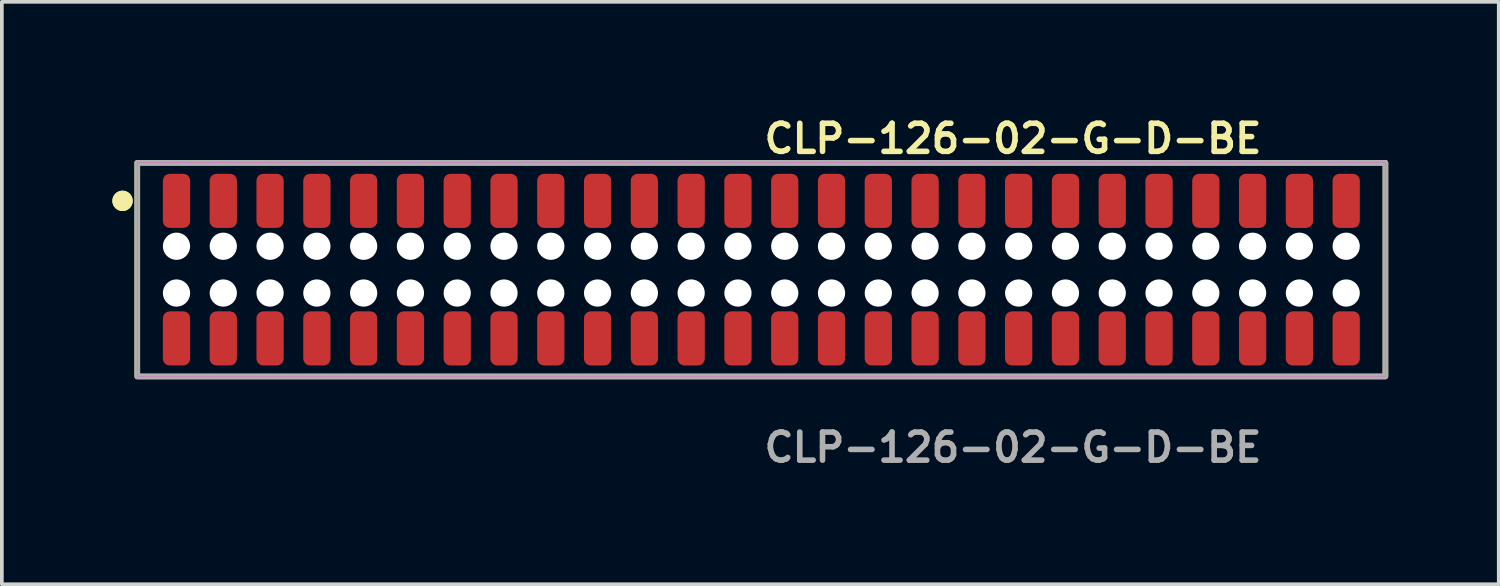
<source format=kicad_pcb>
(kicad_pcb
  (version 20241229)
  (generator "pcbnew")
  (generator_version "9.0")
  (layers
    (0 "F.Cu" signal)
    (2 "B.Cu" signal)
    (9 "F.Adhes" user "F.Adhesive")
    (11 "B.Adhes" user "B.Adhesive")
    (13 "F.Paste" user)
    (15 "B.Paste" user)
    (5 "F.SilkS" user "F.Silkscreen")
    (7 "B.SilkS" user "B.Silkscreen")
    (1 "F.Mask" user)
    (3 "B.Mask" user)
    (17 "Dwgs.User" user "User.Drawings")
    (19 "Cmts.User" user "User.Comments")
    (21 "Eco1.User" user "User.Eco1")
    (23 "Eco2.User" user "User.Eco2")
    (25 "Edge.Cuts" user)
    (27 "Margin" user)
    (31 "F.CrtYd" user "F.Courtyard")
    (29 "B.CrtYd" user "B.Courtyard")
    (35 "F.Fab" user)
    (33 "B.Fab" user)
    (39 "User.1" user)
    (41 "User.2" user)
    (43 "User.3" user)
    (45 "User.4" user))
  (footprint "CLP-126-02-G-D-BE"
    (layer "F.Cu")
    (at 17.616 4.269)
    (property "Reference" "CLP-126-02-G-D-BE" (at 0 -3.556 0) (unlocked yes) (layer "F.SilkS") (effects (font (size 0.762 0.762) (thickness 0.152)) (justify left)))
    (fp_rect (start -16.94 2.9) (end 16.94 -2.9) (stroke (width 0.152) (type solid)) (fill no) (layer "F.SilkS"))
    (fp_circle (center -17.34 -1.867) (end -17.54 -1.867) (stroke (width 0.152) (type solid)) (fill yes) (layer "F.SilkS"))
    (fp_circle (center -17.34 -1.867) (end -17.54 -1.867) (stroke (width 0.152) (type solid)) (fill yes) (layer "F.SilkS"))
    (fp_rect (start -16.94 2.9) (end 16.94 -2.9) (stroke (width 0.006) (type solid)) (fill no) (layer "F.CrtYd"))
    (fp_rect (start -16.94 2.9) (end 16.94 -2.9) (stroke (width 0.152) (type solid)) (fill no) (layer "F.Fab"))
    (fp_text user "${REFERENCE}" (at 0 4.826 0) (unlocked yes) (layer "F.Fab") (effects (font (size 0.762 0.762) (thickness 0.152)) (justify left)))
    (pad "" np_thru_hole circle (at -15.875 -0.635) (size 0.74 0.74) (drill 0.74) (layers "*.Cu" "*.Mask"))
    (pad "" np_thru_hole circle (at -15.875 0.635) (size 0.74 0.74) (drill 0.74) (layers "*.Cu" "*.Mask"))
    (pad "" np_thru_hole circle (at -14.605 -0.635) (size 0.74 0.74) (drill 0.74) (layers "*.Cu" "*.Mask"))
    (pad "" np_thru_hole circle (at -14.605 0.635) (size 0.74 0.74) (drill 0.74) (layers "*.Cu" "*.Mask"))
    (pad "" np_thru_hole circle (at -13.335 -0.635) (size 0.74 0.74) (drill 0.74) (layers "*.Cu" "*.Mask"))
    (pad "" np_thru_hole circle (at -13.335 0.635) (size 0.74 0.74) (drill 0.74) (layers "*.Cu" "*.Mask"))
    (pad "" np_thru_hole circle (at -12.065 -0.635) (size 0.74 0.74) (drill 0.74) (layers "*.Cu" "*.Mask"))
    (pad "" np_thru_hole circle (at -12.065 0.635) (size 0.74 0.74) (drill 0.74) (layers "*.Cu" "*.Mask"))
    (pad "" np_thru_hole circle (at -10.795 -0.635) (size 0.74 0.74) (drill 0.74) (layers "*.Cu" "*.Mask"))
    (pad "" np_thru_hole circle (at -10.795 0.635) (size 0.74 0.74) (drill 0.74) (layers "*.Cu" "*.Mask"))
    (pad "" np_thru_hole circle (at -9.525 -0.635) (size 0.74 0.74) (drill 0.74) (layers "*.Cu" "*.Mask"))
    (pad "" np_thru_hole circle (at -9.525 0.635) (size 0.74 0.74) (drill 0.74) (layers "*.Cu" "*.Mask"))
    (pad "" np_thru_hole circle (at -8.255 -0.635) (size 0.74 0.74) (drill 0.74) (layers "*.Cu" "*.Mask"))
    (pad "" np_thru_hole circle (at -8.255 0.635) (size 0.74 0.74) (drill 0.74) (layers "*.Cu" "*.Mask"))
    (pad "" np_thru_hole circle (at -6.985 -0.635) (size 0.74 0.74) (drill 0.74) (layers "*.Cu" "*.Mask"))
    (pad "" np_thru_hole circle (at -6.985 0.635) (size 0.74 0.74) (drill 0.74) (layers "*.Cu" "*.Mask"))
    (pad "" np_thru_hole circle (at -5.715 -0.635) (size 0.74 0.74) (drill 0.74) (layers "*.Cu" "*.Mask"))
    (pad "" np_thru_hole circle (at -5.715 0.635) (size 0.74 0.74) (drill 0.74) (layers "*.Cu" "*.Mask"))
    (pad "" np_thru_hole circle (at -4.445 -0.635) (size 0.74 0.74) (drill 0.74) (layers "*.Cu" "*.Mask"))
    (pad "" np_thru_hole circle (at -4.445 0.635) (size 0.74 0.74) (drill 0.74) (layers "*.Cu" "*.Mask"))
    (pad "" np_thru_hole circle (at -3.175 -0.635) (size 0.74 0.74) (drill 0.74) (layers "*.Cu" "*.Mask"))
    (pad "" np_thru_hole circle (at -3.175 0.635) (size 0.74 0.74) (drill 0.74) (layers "*.Cu" "*.Mask"))
    (pad "" np_thru_hole circle (at -1.905 -0.635) (size 0.74 0.74) (drill 0.74) (layers "*.Cu" "*.Mask"))
    (pad "" np_thru_hole circle (at -1.905 0.635) (size 0.74 0.74) (drill 0.74) (layers "*.Cu" "*.Mask"))
    (pad "" np_thru_hole circle (at -0.635 -0.635) (size 0.74 0.74) (drill 0.74) (layers "*.Cu" "*.Mask"))
    (pad "" np_thru_hole circle (at -0.635 0.635) (size 0.74 0.74) (drill 0.74) (layers "*.Cu" "*.Mask"))
    (pad "" np_thru_hole circle (at 0.635 -0.635) (size 0.74 0.74) (drill 0.74) (layers "*.Cu" "*.Mask"))
    (pad "" np_thru_hole circle (at 0.635 0.635) (size 0.74 0.74) (drill 0.74) (layers "*.Cu" "*.Mask"))
    (pad "" np_thru_hole circle (at 1.905 -0.635) (size 0.74 0.74) (drill 0.74) (layers "*.Cu" "*.Mask"))
    (pad "" np_thru_hole circle (at 1.905 0.635) (size 0.74 0.74) (drill 0.74) (layers "*.Cu" "*.Mask"))
    (pad "" np_thru_hole circle (at 3.175 -0.635) (size 0.74 0.74) (drill 0.74) (layers "*.Cu" "*.Mask"))
    (pad "" np_thru_hole circle (at 3.175 0.635) (size 0.74 0.74) (drill 0.74) (layers "*.Cu" "*.Mask"))
    (pad "" np_thru_hole circle (at 4.445 -0.635) (size 0.74 0.74) (drill 0.74) (layers "*.Cu" "*.Mask"))
    (pad "" np_thru_hole circle (at 4.445 0.635) (size 0.74 0.74) (drill 0.74) (layers "*.Cu" "*.Mask"))
    (pad "" np_thru_hole circle (at 5.715 -0.635) (size 0.74 0.74) (drill 0.74) (layers "*.Cu" "*.Mask"))
    (pad "" np_thru_hole circle (at 5.715 0.635) (size 0.74 0.74) (drill 0.74) (layers "*.Cu" "*.Mask"))
    (pad "" np_thru_hole circle (at 6.985 -0.635) (size 0.74 0.74) (drill 0.74) (layers "*.Cu" "*.Mask"))
    (pad "" np_thru_hole circle (at 6.985 0.635) (size 0.74 0.74) (drill 0.74) (layers "*.Cu" "*.Mask"))
    (pad "" np_thru_hole circle (at 8.255 -0.635) (size 0.74 0.74) (drill 0.74) (layers "*.Cu" "*.Mask"))
    (pad "" np_thru_hole circle (at 8.255 0.635) (size 0.74 0.74) (drill 0.74) (layers "*.Cu" "*.Mask"))
    (pad "" np_thru_hole circle (at 9.525 -0.635) (size 0.74 0.74) (drill 0.74) (layers "*.Cu" "*.Mask"))
    (pad "" np_thru_hole circle (at 9.525 0.635) (size 0.74 0.74) (drill 0.74) (layers "*.Cu" "*.Mask"))
    (pad "" np_thru_hole circle (at 10.795 -0.635) (size 0.74 0.74) (drill 0.74) (layers "*.Cu" "*.Mask"))
    (pad "" np_thru_hole circle (at 10.795 0.635) (size 0.74 0.74) (drill 0.74) (layers "*.Cu" "*.Mask"))
    (pad "" np_thru_hole circle (at 12.065 -0.635) (size 0.74 0.74) (drill 0.74) (layers "*.Cu" "*.Mask"))
    (pad "" np_thru_hole circle (at 12.065 0.635) (size 0.74 0.74) (drill 0.74) (layers "*.Cu" "*.Mask"))
    (pad "" np_thru_hole circle (at 13.335 -0.635) (size 0.74 0.74) (drill 0.74) (layers "*.Cu" "*.Mask"))
    (pad "" np_thru_hole circle (at 13.335 0.635) (size 0.74 0.74) (drill 0.74) (layers "*.Cu" "*.Mask"))
    (pad "" np_thru_hole circle (at 14.605 -0.635) (size 0.74 0.74) (drill 0.74) (layers "*.Cu" "*.Mask"))
    (pad "" np_thru_hole circle (at 14.605 0.635) (size 0.74 0.74) (drill 0.74) (layers "*.Cu" "*.Mask"))
    (pad "" np_thru_hole circle (at 15.875 -0.635) (size 0.74 0.74) (drill 0.74) (layers "*.Cu" "*.Mask"))
    (pad "" np_thru_hole circle (at 15.875 0.635) (size 0.74 0.74) (drill 0.74) (layers "*.Cu" "*.Mask"))
    (pad "1" smd roundrect (at -15.875 -1.867) (size 0.74 1.47) (layers "F.Cu" "F.Paste") (roundrect_rratio 0.25))
    (pad "2" smd roundrect (at -15.875 1.867) (size 0.74 1.47) (layers "F.Cu" "F.Paste") (roundrect_rratio 0.25))
    (pad "3" smd roundrect (at -14.605 -1.867) (size 0.74 1.47) (layers "F.Cu" "F.Paste") (roundrect_rratio 0.25))
    (pad "4" smd roundrect (at -14.605 1.867) (size 0.74 1.47) (layers "F.Cu" "F.Paste") (roundrect_rratio 0.25))
    (pad "5" smd roundrect (at -13.335 -1.867) (size 0.74 1.47) (layers "F.Cu" "F.Paste") (roundrect_rratio 0.25))
    (pad "6" smd roundrect (at -13.335 1.867) (size 0.74 1.47) (layers "F.Cu" "F.Paste") (roundrect_rratio 0.25))
    (pad "7" smd roundrect (at -12.065 -1.867) (size 0.74 1.47) (layers "F.Cu" "F.Paste") (roundrect_rratio 0.25))
    (pad "8" smd roundrect (at -12.065 1.867) (size 0.74 1.47) (layers "F.Cu" "F.Paste") (roundrect_rratio 0.25))
    (pad "9" smd roundrect (at -10.795 -1.867) (size 0.74 1.47) (layers "F.Cu" "F.Paste") (roundrect_rratio 0.25))
    (pad "10" smd roundrect (at -10.795 1.867) (size 0.74 1.47) (layers "F.Cu" "F.Paste") (roundrect_rratio 0.25))
    (pad "11" smd roundrect (at -9.525 -1.867) (size 0.74 1.47) (layers "F.Cu" "F.Paste") (roundrect_rratio 0.25))
    (pad "12" smd roundrect (at -9.525 1.867) (size 0.74 1.47) (layers "F.Cu" "F.Paste") (roundrect_rratio 0.25))
    (pad "13" smd roundrect (at -8.255 -1.867) (size 0.74 1.47) (layers "F.Cu" "F.Paste") (roundrect_rratio 0.25))
    (pad "14" smd roundrect (at -8.255 1.867) (size 0.74 1.47) (layers "F.Cu" "F.Paste") (roundrect_rratio 0.25))
    (pad "15" smd roundrect (at -6.985 -1.867) (size 0.74 1.47) (layers "F.Cu" "F.Paste") (roundrect_rratio 0.25))
    (pad "16" smd roundrect (at -6.985 1.867) (size 0.74 1.47) (layers "F.Cu" "F.Paste") (roundrect_rratio 0.25))
    (pad "17" smd roundrect (at -5.715 -1.867) (size 0.74 1.47) (layers "F.Cu" "F.Paste") (roundrect_rratio 0.25))
    (pad "18" smd roundrect (at -5.715 1.867) (size 0.74 1.47) (layers "F.Cu" "F.Paste") (roundrect_rratio 0.25))
    (pad "19" smd roundrect (at -4.445 -1.867) (size 0.74 1.47) (layers "F.Cu" "F.Paste") (roundrect_rratio 0.25))
    (pad "20" smd roundrect (at -4.445 1.867) (size 0.74 1.47) (layers "F.Cu" "F.Paste") (roundrect_rratio 0.25))
    (pad "21" smd roundrect (at -3.175 -1.867) (size 0.74 1.47) (layers "F.Cu" "F.Paste") (roundrect_rratio 0.25))
    (pad "22" smd roundrect (at -3.175 1.867) (size 0.74 1.47) (layers "F.Cu" "F.Paste") (roundrect_rratio 0.25))
    (pad "23" smd roundrect (at -1.905 -1.867) (size 0.74 1.47) (layers "F.Cu" "F.Paste") (roundrect_rratio 0.25))
    (pad "24" smd roundrect (at -1.905 1.867) (size 0.74 1.47) (layers "F.Cu" "F.Paste") (roundrect_rratio 0.25))
    (pad "25" smd roundrect (at -0.635 -1.867) (size 0.74 1.47) (layers "F.Cu" "F.Paste") (roundrect_rratio 0.25))
    (pad "26" smd roundrect (at -0.635 1.867) (size 0.74 1.47) (layers "F.Cu" "F.Paste") (roundrect_rratio 0.25))
    (pad "27" smd roundrect (at 0.635 -1.867) (size 0.74 1.47) (layers "F.Cu" "F.Paste") (roundrect_rratio 0.25))
    (pad "28" smd roundrect (at 0.635 1.867) (size 0.74 1.47) (layers "F.Cu" "F.Paste") (roundrect_rratio 0.25))
    (pad "29" smd roundrect (at 1.905 -1.867) (size 0.74 1.47) (layers "F.Cu" "F.Paste") (roundrect_rratio 0.25))
    (pad "30" smd roundrect (at 1.905 1.867) (size 0.74 1.47) (layers "F.Cu" "F.Paste") (roundrect_rratio 0.25))
    (pad "31" smd roundrect (at 3.175 -1.867) (size 0.74 1.47) (layers "F.Cu" "F.Paste") (roundrect_rratio 0.25))
    (pad "32" smd roundrect (at 3.175 1.867) (size 0.74 1.47) (layers "F.Cu" "F.Paste") (roundrect_rratio 0.25))
    (pad "33" smd roundrect (at 4.445 -1.867) (size 0.74 1.47) (layers "F.Cu" "F.Paste") (roundrect_rratio 0.25))
    (pad "34" smd roundrect (at 4.445 1.867) (size 0.74 1.47) (layers "F.Cu" "F.Paste") (roundrect_rratio 0.25))
    (pad "35" smd roundrect (at 5.715 -1.867) (size 0.74 1.47) (layers "F.Cu" "F.Paste") (roundrect_rratio 0.25))
    (pad "36" smd roundrect (at 5.715 1.867) (size 0.74 1.47) (layers "F.Cu" "F.Paste") (roundrect_rratio 0.25))
    (pad "37" smd roundrect (at 6.985 -1.867) (size 0.74 1.47) (layers "F.Cu" "F.Paste") (roundrect_rratio 0.25))
    (pad "38" smd roundrect (at 6.985 1.867) (size 0.74 1.47) (layers "F.Cu" "F.Paste") (roundrect_rratio 0.25))
    (pad "39" smd roundrect (at 8.255 -1.867) (size 0.74 1.47) (layers "F.Cu" "F.Paste") (roundrect_rratio 0.25))
    (pad "40" smd roundrect (at 8.255 1.867) (size 0.74 1.47) (layers "F.Cu" "F.Paste") (roundrect_rratio 0.25))
    (pad "41" smd roundrect (at 9.525 -1.867) (size 0.74 1.47) (layers "F.Cu" "F.Paste") (roundrect_rratio 0.25))
    (pad "42" smd roundrect (at 9.525 1.867) (size 0.74 1.47) (layers "F.Cu" "F.Paste") (roundrect_rratio 0.25))
    (pad "43" smd roundrect (at 10.795 -1.867) (size 0.74 1.47) (layers "F.Cu" "F.Paste") (roundrect_rratio 0.25))
    (pad "44" smd roundrect (at 10.795 1.867) (size 0.74 1.47) (layers "F.Cu" "F.Paste") (roundrect_rratio 0.25))
    (pad "45" smd roundrect (at 12.065 -1.867) (size 0.74 1.47) (layers "F.Cu" "F.Paste") (roundrect_rratio 0.25))
    (pad "46" smd roundrect (at 12.065 1.867) (size 0.74 1.47) (layers "F.Cu" "F.Paste") (roundrect_rratio 0.25))
    (pad "47" smd roundrect (at 13.335 -1.867) (size 0.74 1.47) (layers "F.Cu" "F.Paste") (roundrect_rratio 0.25))
    (pad "48" smd roundrect (at 13.335 1.867) (size 0.74 1.47) (layers "F.Cu" "F.Paste") (roundrect_rratio 0.25))
    (pad "49" smd roundrect (at 14.605 -1.867) (size 0.74 1.47) (layers "F.Cu" "F.Paste") (roundrect_rratio 0.25))
    (pad "50" smd roundrect (at 14.605 1.867) (size 0.74 1.47) (layers "F.Cu" "F.Paste") (roundrect_rratio 0.25))
    (pad "51" smd roundrect (at 15.875 -1.867) (size 0.74 1.47) (layers "F.Cu" "F.Paste") (roundrect_rratio 0.25))
    (pad "52" smd roundrect (at 15.875 1.867) (size 0.74 1.47) (layers "F.Cu" "F.Paste") (roundrect_rratio 0.25)))
  (gr_rect
    (start -3 -3)
    (end 37.632 12.808)
    (stroke (width 0.1) (type default))
    (fill no)
    (layer "Edge.Cuts")))
</source>
